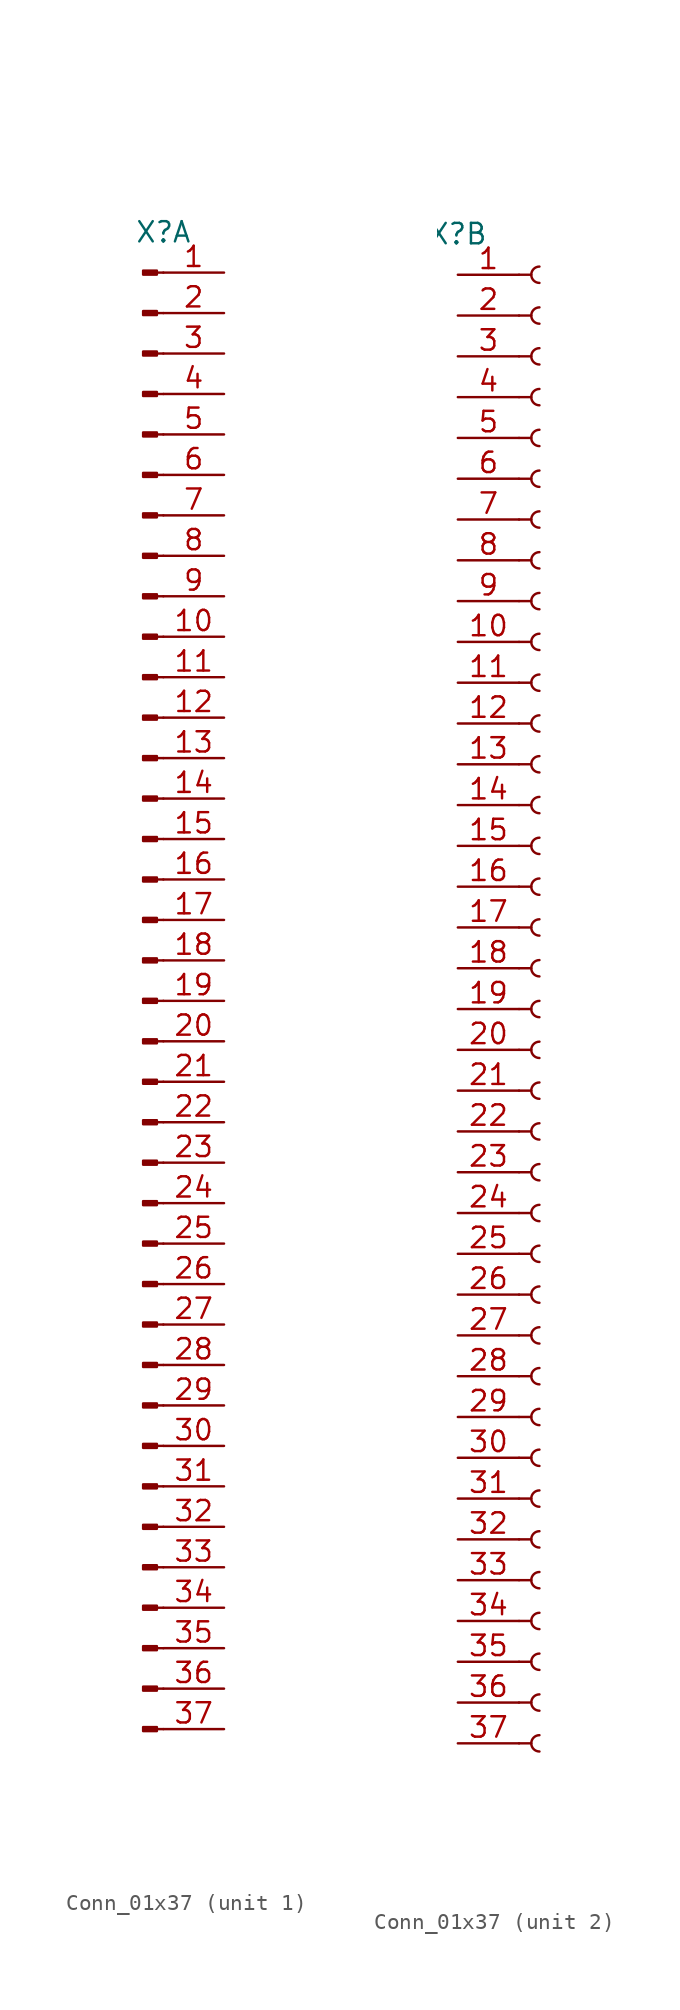
<source format=kicad_sym>
(kicad_symbol_lib
  (version 20241209)
  (generator "kicad_symbol_editor")
  (generator_version "9.0")
  (symbol "Conn_01x37"
    (pin_names
      (offset 1.016)
      (hide yes))
    (property "Reference" "X"
      (at 0 48.26 0)
      (effects (font (size 1.27 1.27))))
    (property "ki_locked" ""
      (at 0 0 0)
      (effects (font (size 1.27 1.27))))
    (symbol "Conn_01x37_1_1"
      (rectangle (start -0.406 45.847) (end -1.27 45.593) (stroke (width 0.152) (type default)) (fill (type outline)))
      (rectangle (start -0.406 43.307) (end -1.27 43.053) (stroke (width 0.152) (type default)) (fill (type outline)))
      (rectangle (start -0.406 40.767) (end -1.27 40.513) (stroke (width 0.152) (type default)) (fill (type outline)))
      (rectangle (start -0.406 38.227) (end -1.27 37.973) (stroke (width 0.152) (type default)) (fill (type outline)))
      (rectangle (start -0.406 35.687) (end -1.27 35.433) (stroke (width 0.152) (type default)) (fill (type outline)))
      (rectangle (start -0.406 33.147) (end -1.27 32.893) (stroke (width 0.152) (type default)) (fill (type outline)))
      (rectangle (start -0.406 30.607) (end -1.27 30.353) (stroke (width 0.152) (type default)) (fill (type outline)))
      (rectangle (start -0.406 28.067) (end -1.27 27.813) (stroke (width 0.152) (type default)) (fill (type outline)))
      (rectangle (start -0.406 25.527) (end -1.27 25.273) (stroke (width 0.152) (type default)) (fill (type outline)))
      (rectangle (start -0.406 22.987) (end -1.27 22.733) (stroke (width 0.152) (type default)) (fill (type outline)))
      (rectangle (start -0.406 20.447) (end -1.27 20.193) (stroke (width 0.152) (type default)) (fill (type outline)))
      (rectangle (start -0.406 17.907) (end -1.27 17.653) (stroke (width 0.152) (type default)) (fill (type outline)))
      (rectangle (start -0.406 15.367) (end -1.27 15.113) (stroke (width 0.152) (type default)) (fill (type outline)))
      (rectangle (start -0.406 12.827) (end -1.27 12.573) (stroke (width 0.152) (type default)) (fill (type outline)))
      (rectangle (start -0.406 10.287) (end -1.27 10.033) (stroke (width 0.152) (type default)) (fill (type outline)))
      (rectangle (start -0.406 7.747) (end -1.27 7.493) (stroke (width 0.152) (type default)) (fill (type outline)))
      (rectangle (start -0.406 5.207) (end -1.27 4.953) (stroke (width 0.152) (type default)) (fill (type outline)))
      (rectangle (start -0.406 2.667) (end -1.27 2.413) (stroke (width 0.152) (type default)) (fill (type outline)))
      (rectangle (start -0.406 0.127) (end -1.27 -0.127) (stroke (width 0.152) (type default)) (fill (type outline)))
      (rectangle (start -0.406 -2.413) (end -1.27 -2.667) (stroke (width 0.152) (type default)) (fill (type outline)))
      (rectangle (start -0.406 -4.953) (end -1.27 -5.207) (stroke (width 0.152) (type default)) (fill (type outline)))
      (rectangle (start -0.406 -7.493) (end -1.27 -7.747) (stroke (width 0.152) (type default)) (fill (type outline)))
      (rectangle (start -0.406 -10.033) (end -1.27 -10.287) (stroke (width 0.152) (type default)) (fill (type outline)))
      (rectangle (start -0.406 -12.573) (end -1.27 -12.827) (stroke (width 0.152) (type default)) (fill (type outline)))
      (rectangle (start -0.406 -15.113) (end -1.27 -15.367) (stroke (width 0.152) (type default)) (fill (type outline)))
      (rectangle (start -0.406 -17.653) (end -1.27 -17.907) (stroke (width 0.152) (type default)) (fill (type outline)))
      (rectangle (start -0.406 -20.193) (end -1.27 -20.447) (stroke (width 0.152) (type default)) (fill (type outline)))
      (rectangle (start -0.406 -22.733) (end -1.27 -22.987) (stroke (width 0.152) (type default)) (fill (type outline)))
      (rectangle (start -0.406 -25.273) (end -1.27 -25.527) (stroke (width 0.152) (type default)) (fill (type outline)))
      (rectangle (start -0.406 -27.813) (end -1.27 -28.067) (stroke (width 0.152) (type default)) (fill (type outline)))
      (rectangle (start -0.406 -30.353) (end -1.27 -30.607) (stroke (width 0.152) (type default)) (fill (type outline)))
      (rectangle (start -0.406 -32.893) (end -1.27 -33.147) (stroke (width 0.152) (type default)) (fill (type outline)))
      (rectangle (start -0.406 -35.433) (end -1.27 -35.687) (stroke (width 0.152) (type default)) (fill (type outline)))
      (rectangle (start -0.406 -37.973) (end -1.27 -38.227) (stroke (width 0.152) (type default)) (fill (type outline)))
      (rectangle (start -0.406 -40.513) (end -1.27 -40.767) (stroke (width 0.152) (type default)) (fill (type outline)))
      (rectangle (start -0.406 -43.053) (end -1.27 -43.307) (stroke (width 0.152) (type default)) (fill (type outline)))
      (rectangle (start -0.406 -45.593) (end -1.27 -45.847) (stroke (width 0.152) (type default)) (fill (type outline)))
      (polyline (pts (xy 0 45.72) (xy -0.406 45.72)) (stroke (width 0.152) (type default)) (fill (type none)))
      (polyline (pts (xy 0 43.18) (xy -0.406 43.18)) (stroke (width 0.152) (type default)) (fill (type none)))
      (polyline (pts (xy 0 40.64) (xy -0.406 40.64)) (stroke (width 0.152) (type default)) (fill (type none)))
      (polyline (pts (xy 0 38.1) (xy -0.406 38.1)) (stroke (width 0.152) (type default)) (fill (type none)))
      (polyline (pts (xy 0 35.56) (xy -0.406 35.56)) (stroke (width 0.152) (type default)) (fill (type none)))
      (polyline (pts (xy 0 33.02) (xy -0.406 33.02)) (stroke (width 0.152) (type default)) (fill (type none)))
      (polyline (pts (xy 0 30.48) (xy -0.406 30.48)) (stroke (width 0.152) (type default)) (fill (type none)))
      (polyline (pts (xy 0 27.94) (xy -0.406 27.94)) (stroke (width 0.152) (type default)) (fill (type none)))
      (polyline (pts (xy 0 25.4) (xy -0.406 25.4)) (stroke (width 0.152) (type default)) (fill (type none)))
      (polyline (pts (xy 0 22.86) (xy -0.406 22.86)) (stroke (width 0.152) (type default)) (fill (type none)))
      (polyline (pts (xy 0 20.32) (xy -0.406 20.32)) (stroke (width 0.152) (type default)) (fill (type none)))
      (polyline (pts (xy 0 17.78) (xy -0.406 17.78)) (stroke (width 0.152) (type default)) (fill (type none)))
      (polyline (pts (xy 0 15.24) (xy -0.406 15.24)) (stroke (width 0.152) (type default)) (fill (type none)))
      (polyline (pts (xy 0 12.7) (xy -0.406 12.7)) (stroke (width 0.152) (type default)) (fill (type none)))
      (polyline (pts (xy 0 10.16) (xy -0.406 10.16)) (stroke (width 0.152) (type default)) (fill (type none)))
      (polyline (pts (xy 0 7.62) (xy -0.406 7.62)) (stroke (width 0.152) (type default)) (fill (type none)))
      (polyline (pts (xy 0 5.08) (xy -0.406 5.08)) (stroke (width 0.152) (type default)) (fill (type none)))
      (polyline (pts (xy 0 2.54) (xy -0.406 2.54)) (stroke (width 0.152) (type default)) (fill (type none)))
      (polyline (pts (xy 0 0) (xy -0.406 0)) (stroke (width 0.152) (type default)) (fill (type none)))
      (polyline (pts (xy 0 -2.54) (xy -0.406 -2.54)) (stroke (width 0.152) (type default)) (fill (type none)))
      (polyline (pts (xy 0 -5.08) (xy -0.406 -5.08)) (stroke (width 0.152) (type default)) (fill (type none)))
      (polyline (pts (xy 0 -7.62) (xy -0.406 -7.62)) (stroke (width 0.152) (type default)) (fill (type none)))
      (polyline (pts (xy 0 -10.16) (xy -0.406 -10.16)) (stroke (width 0.152) (type default)) (fill (type none)))
      (polyline (pts (xy 0 -12.7) (xy -0.406 -12.7)) (stroke (width 0.152) (type default)) (fill (type none)))
      (polyline (pts (xy 0 -15.24) (xy -0.406 -15.24)) (stroke (width 0.152) (type default)) (fill (type none)))
      (polyline (pts (xy 0 -17.78) (xy -0.406 -17.78)) (stroke (width 0.152) (type default)) (fill (type none)))
      (polyline (pts (xy 0 -20.32) (xy -0.406 -20.32)) (stroke (width 0.152) (type default)) (fill (type none)))
      (polyline (pts (xy 0 -22.86) (xy -0.406 -22.86)) (stroke (width 0.152) (type default)) (fill (type none)))
      (polyline (pts (xy 0 -25.4) (xy -0.406 -25.4)) (stroke (width 0.152) (type default)) (fill (type none)))
      (polyline (pts (xy 0 -27.94) (xy -0.406 -27.94)) (stroke (width 0.152) (type default)) (fill (type none)))
      (polyline (pts (xy 0 -30.48) (xy -0.406 -30.48)) (stroke (width 0.152) (type default)) (fill (type none)))
      (polyline (pts (xy 0 -33.02) (xy -0.406 -33.02)) (stroke (width 0.152) (type default)) (fill (type none)))
      (polyline (pts (xy 0 -35.56) (xy -0.406 -35.56)) (stroke (width 0.152) (type default)) (fill (type none)))
      (polyline (pts (xy 0 -38.1) (xy -0.406 -38.1)) (stroke (width 0.152) (type default)) (fill (type none)))
      (polyline (pts (xy 0 -40.64) (xy -0.406 -40.64)) (stroke (width 0.152) (type default)) (fill (type none)))
      (polyline (pts (xy 0 -43.18) (xy -0.406 -43.18)) (stroke (width 0.152) (type default)) (fill (type none)))
      (polyline (pts (xy 0 -45.72) (xy -0.406 -45.72)) (stroke (width 0.152) (type default)) (fill (type none)))
      (pin passive line (at 3.81 45.72 180) (length 3.81) (name "Pin_1" (effects (font (size 1.27 1.27)))) (number "1" (effects (font (size 1.27 1.27)))))
      (pin passive line (at 3.81 43.18 180) (length 3.81) (name "Pin_2" (effects (font (size 1.27 1.27)))) (number "2" (effects (font (size 1.27 1.27)))))
      (pin passive line (at 3.81 40.64 180) (length 3.81) (name "Pin_3" (effects (font (size 1.27 1.27)))) (number "3" (effects (font (size 1.27 1.27)))))
      (pin passive line (at 3.81 38.1 180) (length 3.81) (name "Pin_4" (effects (font (size 1.27 1.27)))) (number "4" (effects (font (size 1.27 1.27)))))
      (pin passive line (at 3.81 35.56 180) (length 3.81) (name "Pin_5" (effects (font (size 1.27 1.27)))) (number "5" (effects (font (size 1.27 1.27)))))
      (pin passive line (at 3.81 33.02 180) (length 3.81) (name "Pin_6" (effects (font (size 1.27 1.27)))) (number "6" (effects (font (size 1.27 1.27)))))
      (pin passive line (at 3.81 30.48 180) (length 3.81) (name "Pin_7" (effects (font (size 1.27 1.27)))) (number "7" (effects (font (size 1.27 1.27)))))
      (pin passive line (at 3.81 27.94 180) (length 3.81) (name "Pin_8" (effects (font (size 1.27 1.27)))) (number "8" (effects (font (size 1.27 1.27)))))
      (pin passive line (at 3.81 25.4 180) (length 3.81) (name "Pin_9" (effects (font (size 1.27 1.27)))) (number "9" (effects (font (size 1.27 1.27)))))
      (pin passive line (at 3.81 22.86 180) (length 3.81) (name "Pin_10" (effects (font (size 1.27 1.27)))) (number "10" (effects (font (size 1.27 1.27)))))
      (pin passive line (at 3.81 20.32 180) (length 3.81) (name "Pin_11" (effects (font (size 1.27 1.27)))) (number "11" (effects (font (size 1.27 1.27)))))
      (pin passive line (at 3.81 17.78 180) (length 3.81) (name "Pin_12" (effects (font (size 1.27 1.27)))) (number "12" (effects (font (size 1.27 1.27)))))
      (pin passive line (at 3.81 15.24 180) (length 3.81) (name "Pin_13" (effects (font (size 1.27 1.27)))) (number "13" (effects (font (size 1.27 1.27)))))
      (pin passive line (at 3.81 12.7 180) (length 3.81) (name "Pin_14" (effects (font (size 1.27 1.27)))) (number "14" (effects (font (size 1.27 1.27)))))
      (pin passive line (at 3.81 10.16 180) (length 3.81) (name "Pin_15" (effects (font (size 1.27 1.27)))) (number "15" (effects (font (size 1.27 1.27)))))
      (pin passive line (at 3.81 7.62 180) (length 3.81) (name "Pin_16" (effects (font (size 1.27 1.27)))) (number "16" (effects (font (size 1.27 1.27)))))
      (pin passive line (at 3.81 5.08 180) (length 3.81) (name "Pin_17" (effects (font (size 1.27 1.27)))) (number "17" (effects (font (size 1.27 1.27)))))
      (pin passive line (at 3.81 2.54 180) (length 3.81) (name "Pin_18" (effects (font (size 1.27 1.27)))) (number "18" (effects (font (size 1.27 1.27)))))
      (pin passive line (at 3.81 0 180) (length 3.81) (name "Pin_19" (effects (font (size 1.27 1.27)))) (number "19" (effects (font (size 1.27 1.27)))))
      (pin passive line (at 3.81 -2.54 180) (length 3.81) (name "Pin_20" (effects (font (size 1.27 1.27)))) (number "20" (effects (font (size 1.27 1.27)))))
      (pin passive line (at 3.81 -5.08 180) (length 3.81) (name "Pin_21" (effects (font (size 1.27 1.27)))) (number "21" (effects (font (size 1.27 1.27)))))
      (pin passive line (at 3.81 -7.62 180) (length 3.81) (name "Pin_22" (effects (font (size 1.27 1.27)))) (number "22" (effects (font (size 1.27 1.27)))))
      (pin passive line (at 3.81 -10.16 180) (length 3.81) (name "Pin_23" (effects (font (size 1.27 1.27)))) (number "23" (effects (font (size 1.27 1.27)))))
      (pin passive line (at 3.81 -12.7 180) (length 3.81) (name "Pin_24" (effects (font (size 1.27 1.27)))) (number "24" (effects (font (size 1.27 1.27)))))
      (pin passive line (at 3.81 -15.24 180) (length 3.81) (name "Pin_25" (effects (font (size 1.27 1.27)))) (number "25" (effects (font (size 1.27 1.27)))))
      (pin passive line (at 3.81 -17.78 180) (length 3.81) (name "Pin_26" (effects (font (size 1.27 1.27)))) (number "26" (effects (font (size 1.27 1.27)))))
      (pin passive line (at 3.81 -20.32 180) (length 3.81) (name "Pin_27" (effects (font (size 1.27 1.27)))) (number "27" (effects (font (size 1.27 1.27)))))
      (pin passive line (at 3.81 -22.86 180) (length 3.81) (name "Pin_28" (effects (font (size 1.27 1.27)))) (number "28" (effects (font (size 1.27 1.27)))))
      (pin passive line (at 3.81 -25.4 180) (length 3.81) (name "Pin_29" (effects (font (size 1.27 1.27)))) (number "29" (effects (font (size 1.27 1.27)))))
      (pin passive line (at 3.81 -27.94 180) (length 3.81) (name "Pin_30" (effects (font (size 1.27 1.27)))) (number "30" (effects (font (size 1.27 1.27)))))
      (pin passive line (at 3.81 -30.48 180) (length 3.81) (name "Pin_31" (effects (font (size 1.27 1.27)))) (number "31" (effects (font (size 1.27 1.27)))))
      (pin passive line (at 3.81 -33.02 180) (length 3.81) (name "Pin_32" (effects (font (size 1.27 1.27)))) (number "32" (effects (font (size 1.27 1.27)))))
      (pin passive line (at 3.81 -35.56 180) (length 3.81) (name "Pin_33" (effects (font (size 1.27 1.27)))) (number "33" (effects (font (size 1.27 1.27)))))
      (pin passive line (at 3.81 -38.1 180) (length 3.81) (name "Pin_34" (effects (font (size 1.27 1.27)))) (number "34" (effects (font (size 1.27 1.27)))))
      (pin passive line (at 3.81 -40.64 180) (length 3.81) (name "Pin_35" (effects (font (size 1.27 1.27)))) (number "35" (effects (font (size 1.27 1.27)))))
      (pin passive line (at 3.81 -43.18 180) (length 3.81) (name "Pin_36" (effects (font (size 1.27 1.27)))) (number "36" (effects (font (size 1.27 1.27)))))
      (pin passive line (at 3.81 -45.72 180) (length 3.81) (name "Pin_37" (effects (font (size 1.27 1.27)))) (number "37" (effects (font (size 1.27 1.27))))))
    (symbol "Conn_01x37_2_1"
      (polyline (pts (xy 3.81 45.72) (xy 4.572 45.72)) (stroke (width 0.152) (type default)) (fill (type none)))
      (polyline (pts (xy 3.81 43.18) (xy 4.572 43.18)) (stroke (width 0.152) (type default)) (fill (type none)))
      (polyline (pts (xy 3.81 40.64) (xy 4.572 40.64)) (stroke (width 0.152) (type default)) (fill (type none)))
      (polyline (pts (xy 3.81 38.1) (xy 4.572 38.1)) (stroke (width 0.152) (type default)) (fill (type none)))
      (polyline (pts (xy 3.81 35.56) (xy 4.572 35.56)) (stroke (width 0.152) (type default)) (fill (type none)))
      (polyline (pts (xy 3.81 33.02) (xy 4.572 33.02)) (stroke (width 0.152) (type default)) (fill (type none)))
      (polyline (pts (xy 3.81 30.48) (xy 4.572 30.48)) (stroke (width 0.152) (type default)) (fill (type none)))
      (polyline (pts (xy 3.81 27.94) (xy 4.572 27.94)) (stroke (width 0.152) (type default)) (fill (type none)))
      (polyline (pts (xy 3.81 25.4) (xy 4.572 25.4)) (stroke (width 0.152) (type default)) (fill (type none)))
      (polyline (pts (xy 3.81 22.86) (xy 4.572 22.86)) (stroke (width 0.152) (type default)) (fill (type none)))
      (polyline (pts (xy 3.81 20.32) (xy 4.572 20.32)) (stroke (width 0.152) (type default)) (fill (type none)))
      (polyline (pts (xy 3.81 17.78) (xy 4.572 17.78)) (stroke (width 0.152) (type default)) (fill (type none)))
      (polyline (pts (xy 3.81 15.24) (xy 4.572 15.24)) (stroke (width 0.152) (type default)) (fill (type none)))
      (polyline (pts (xy 3.81 12.7) (xy 4.572 12.7)) (stroke (width 0.152) (type default)) (fill (type none)))
      (polyline (pts (xy 3.81 10.16) (xy 4.572 10.16)) (stroke (width 0.152) (type default)) (fill (type none)))
      (polyline (pts (xy 3.81 7.62) (xy 4.572 7.62)) (stroke (width 0.152) (type default)) (fill (type none)))
      (polyline (pts (xy 3.81 5.08) (xy 4.572 5.08)) (stroke (width 0.152) (type default)) (fill (type none)))
      (polyline (pts (xy 3.81 2.54) (xy 4.572 2.54)) (stroke (width 0.152) (type default)) (fill (type none)))
      (polyline (pts (xy 3.81 0) (xy 4.572 0)) (stroke (width 0.152) (type default)) (fill (type none)))
      (polyline (pts (xy 3.81 -2.54) (xy 4.572 -2.54)) (stroke (width 0.152) (type default)) (fill (type none)))
      (polyline (pts (xy 3.81 -5.08) (xy 4.572 -5.08)) (stroke (width 0.152) (type default)) (fill (type none)))
      (polyline (pts (xy 3.81 -7.62) (xy 4.572 -7.62)) (stroke (width 0.152) (type default)) (fill (type none)))
      (polyline (pts (xy 3.81 -10.16) (xy 4.572 -10.16)) (stroke (width 0.152) (type default)) (fill (type none)))
      (polyline (pts (xy 3.81 -12.7) (xy 4.572 -12.7)) (stroke (width 0.152) (type default)) (fill (type none)))
      (polyline (pts (xy 3.81 -15.24) (xy 4.572 -15.24)) (stroke (width 0.152) (type default)) (fill (type none)))
      (polyline (pts (xy 3.81 -17.78) (xy 4.572 -17.78)) (stroke (width 0.152) (type default)) (fill (type none)))
      (polyline (pts (xy 3.81 -20.32) (xy 4.572 -20.32)) (stroke (width 0.152) (type default)) (fill (type none)))
      (polyline (pts (xy 3.81 -22.86) (xy 4.572 -22.86)) (stroke (width 0.152) (type default)) (fill (type none)))
      (polyline (pts (xy 3.81 -25.4) (xy 4.572 -25.4)) (stroke (width 0.152) (type default)) (fill (type none)))
      (polyline (pts (xy 3.81 -27.94) (xy 4.572 -27.94)) (stroke (width 0.152) (type default)) (fill (type none)))
      (polyline (pts (xy 3.81 -30.48) (xy 4.572 -30.48)) (stroke (width 0.152) (type default)) (fill (type none)))
      (polyline (pts (xy 3.81 -33.02) (xy 4.572 -33.02)) (stroke (width 0.152) (type default)) (fill (type none)))
      (polyline (pts (xy 3.81 -35.56) (xy 4.572 -35.56)) (stroke (width 0.152) (type default)) (fill (type none)))
      (polyline (pts (xy 3.81 -38.1) (xy 4.572 -38.1)) (stroke (width 0.152) (type default)) (fill (type none)))
      (polyline (pts (xy 3.81 -40.64) (xy 4.572 -40.64)) (stroke (width 0.152) (type default)) (fill (type none)))
      (polyline (pts (xy 3.81 -43.18) (xy 4.572 -43.18)) (stroke (width 0.152) (type default)) (fill (type none)))
      (polyline (pts (xy 3.81 -45.72) (xy 4.572 -45.72)) (stroke (width 0.152) (type default)) (fill (type none)))
      (arc (start 5.08 45.212) (mid 4.5742 45.72) (end 5.08 46.228) (stroke (width 0.1524) (type default)) (fill (type none)))
      (arc (start 5.08 42.672) (mid 4.5742 43.18) (end 5.08 43.688) (stroke (width 0.1524) (type default)) (fill (type none)))
      (arc (start 5.08 40.132) (mid 4.5742 40.64) (end 5.08 41.148) (stroke (width 0.1524) (type default)) (fill (type none)))
      (arc (start 5.08 37.592) (mid 4.5742 38.1) (end 5.08 38.608) (stroke (width 0.1524) (type default)) (fill (type none)))
      (arc (start 5.08 35.052) (mid 4.5742 35.56) (end 5.08 36.068) (stroke (width 0.1524) (type default)) (fill (type none)))
      (arc (start 5.08 32.512) (mid 4.5742 33.02) (end 5.08 33.528) (stroke (width 0.1524) (type default)) (fill (type none)))
      (arc (start 5.08 29.972) (mid 4.5742 30.48) (end 5.08 30.988) (stroke (width 0.1524) (type default)) (fill (type none)))
      (arc (start 5.08 27.432) (mid 4.5742 27.94) (end 5.08 28.448) (stroke (width 0.1524) (type default)) (fill (type none)))
      (arc (start 5.08 24.892) (mid 4.5742 25.4) (end 5.08 25.908) (stroke (width 0.1524) (type default)) (fill (type none)))
      (arc (start 5.08 22.352) (mid 4.5742 22.86) (end 5.08 23.368) (stroke (width 0.1524) (type default)) (fill (type none)))
      (arc (start 5.08 19.812) (mid 4.5742 20.32) (end 5.08 20.828) (stroke (width 0.1524) (type default)) (fill (type none)))
      (arc (start 5.08 17.272) (mid 4.5742 17.78) (end 5.08 18.288) (stroke (width 0.1524) (type default)) (fill (type none)))
      (arc (start 5.08 14.732) (mid 4.5742 15.24) (end 5.08 15.748) (stroke (width 0.1524) (type default)) (fill (type none)))
      (arc (start 5.08 12.192) (mid 4.5742 12.7) (end 5.08 13.208) (stroke (width 0.1524) (type default)) (fill (type none)))
      (arc (start 5.08 9.652) (mid 4.5742 10.16) (end 5.08 10.668) (stroke (width 0.1524) (type default)) (fill (type none)))
      (arc (start 5.08 7.112) (mid 4.5742 7.62) (end 5.08 8.128) (stroke (width 0.1524) (type default)) (fill (type none)))
      (arc (start 5.08 4.572) (mid 4.5742 5.08) (end 5.08 5.588) (stroke (width 0.1524) (type default)) (fill (type none)))
      (arc (start 5.08 2.032) (mid 4.5742 2.54) (end 5.08 3.048) (stroke (width 0.1524) (type default)) (fill (type none)))
      (arc (start 5.08 -0.508) (mid 4.5742 0) (end 5.08 0.508) (stroke (width 0.1524) (type default)) (fill (type none)))
      (arc (start 5.08 -3.048) (mid 4.5742 -2.54) (end 5.08 -2.032) (stroke (width 0.1524) (type default)) (fill (type none)))
      (arc (start 5.08 -5.588) (mid 4.5742 -5.08) (end 5.08 -4.572) (stroke (width 0.1524) (type default)) (fill (type none)))
      (arc (start 5.08 -8.128) (mid 4.5742 -7.62) (end 5.08 -7.112) (stroke (width 0.1524) (type default)) (fill (type none)))
      (arc (start 5.08 -10.668) (mid 4.5742 -10.16) (end 5.08 -9.652) (stroke (width 0.1524) (type default)) (fill (type none)))
      (arc (start 5.08 -13.208) (mid 4.5742 -12.7) (end 5.08 -12.192) (stroke (width 0.1524) (type default)) (fill (type none)))
      (arc (start 5.08 -15.748) (mid 4.5742 -15.24) (end 5.08 -14.732) (stroke (width 0.1524) (type default)) (fill (type none)))
      (arc (start 5.08 -18.288) (mid 4.5742 -17.78) (end 5.08 -17.272) (stroke (width 0.1524) (type default)) (fill (type none)))
      (arc (start 5.08 -20.828) (mid 4.5742 -20.32) (end 5.08 -19.812) (stroke (width 0.1524) (type default)) (fill (type none)))
      (arc (start 5.08 -23.368) (mid 4.5742 -22.86) (end 5.08 -22.352) (stroke (width 0.1524) (type default)) (fill (type none)))
      (arc (start 5.08 -25.908) (mid 4.5742 -25.4) (end 5.08 -24.892) (stroke (width 0.1524) (type default)) (fill (type none)))
      (arc (start 5.08 -28.448) (mid 4.5742 -27.94) (end 5.08 -27.432) (stroke (width 0.1524) (type default)) (fill (type none)))
      (arc (start 5.08 -30.988) (mid 4.5742 -30.48) (end 5.08 -29.972) (stroke (width 0.1524) (type default)) (fill (type none)))
      (arc (start 5.08 -33.528) (mid 4.5742 -33.02) (end 5.08 -32.512) (stroke (width 0.1524) (type default)) (fill (type none)))
      (arc (start 5.08 -36.068) (mid 4.5742 -35.56) (end 5.08 -35.052) (stroke (width 0.1524) (type default)) (fill (type none)))
      (arc (start 5.08 -38.608) (mid 4.5742 -38.1) (end 5.08 -37.592) (stroke (width 0.1524) (type default)) (fill (type none)))
      (arc (start 5.08 -41.148) (mid 4.5742 -40.64) (end 5.08 -40.132) (stroke (width 0.1524) (type default)) (fill (type none)))
      (arc (start 5.08 -43.688) (mid 4.5742 -43.18) (end 5.08 -42.672) (stroke (width 0.1524) (type default)) (fill (type none)))
      (arc (start 5.08 -46.228) (mid 4.5742 -45.72) (end 5.08 -45.212) (stroke (width 0.1524) (type default)) (fill (type none)))
      (pin passive line (at 0 45.72 0) (length 3.81) (name "Pin_1" (effects (font (size 1.27 1.27)))) (number "1" (effects (font (size 1.27 1.27)))))
      (pin passive line (at 0 43.18 0) (length 3.81) (name "Pin_2" (effects (font (size 1.27 1.27)))) (number "2" (effects (font (size 1.27 1.27)))))
      (pin passive line (at 0 40.64 0) (length 3.81) (name "Pin_3" (effects (font (size 1.27 1.27)))) (number "3" (effects (font (size 1.27 1.27)))))
      (pin passive line (at 0 38.1 0) (length 3.81) (name "Pin_4" (effects (font (size 1.27 1.27)))) (number "4" (effects (font (size 1.27 1.27)))))
      (pin passive line (at 0 35.56 0) (length 3.81) (name "Pin_5" (effects (font (size 1.27 1.27)))) (number "5" (effects (font (size 1.27 1.27)))))
      (pin passive line (at 0 33.02 0) (length 3.81) (name "Pin_6" (effects (font (size 1.27 1.27)))) (number "6" (effects (font (size 1.27 1.27)))))
      (pin passive line (at 0 30.48 0) (length 3.81) (name "Pin_7" (effects (font (size 1.27 1.27)))) (number "7" (effects (font (size 1.27 1.27)))))
      (pin passive line (at 0 27.94 0) (length 3.81) (name "Pin_8" (effects (font (size 1.27 1.27)))) (number "8" (effects (font (size 1.27 1.27)))))
      (pin passive line (at 0 25.4 0) (length 3.81) (name "Pin_9" (effects (font (size 1.27 1.27)))) (number "9" (effects (font (size 1.27 1.27)))))
      (pin passive line (at 0 22.86 0) (length 3.81) (name "Pin_10" (effects (font (size 1.27 1.27)))) (number "10" (effects (font (size 1.27 1.27)))))
      (pin passive line (at 0 20.32 0) (length 3.81) (name "Pin_11" (effects (font (size 1.27 1.27)))) (number "11" (effects (font (size 1.27 1.27)))))
      (pin passive line (at 0 17.78 0) (length 3.81) (name "Pin_12" (effects (font (size 1.27 1.27)))) (number "12" (effects (font (size 1.27 1.27)))))
      (pin passive line (at 0 15.24 0) (length 3.81) (name "Pin_13" (effects (font (size 1.27 1.27)))) (number "13" (effects (font (size 1.27 1.27)))))
      (pin passive line (at 0 12.7 0) (length 3.81) (name "Pin_14" (effects (font (size 1.27 1.27)))) (number "14" (effects (font (size 1.27 1.27)))))
      (pin passive line (at 0 10.16 0) (length 3.81) (name "Pin_15" (effects (font (size 1.27 1.27)))) (number "15" (effects (font (size 1.27 1.27)))))
      (pin passive line (at 0 7.62 0) (length 3.81) (name "Pin_16" (effects (font (size 1.27 1.27)))) (number "16" (effects (font (size 1.27 1.27)))))
      (pin passive line (at 0 5.08 0) (length 3.81) (name "Pin_17" (effects (font (size 1.27 1.27)))) (number "17" (effects (font (size 1.27 1.27)))))
      (pin passive line (at 0 2.54 0) (length 3.81) (name "Pin_18" (effects (font (size 1.27 1.27)))) (number "18" (effects (font (size 1.27 1.27)))))
      (pin passive line (at 0 0 0) (length 3.81) (name "Pin_19" (effects (font (size 1.27 1.27)))) (number "19" (effects (font (size 1.27 1.27)))))
      (pin passive line (at 0 -2.54 0) (length 3.81) (name "Pin_20" (effects (font (size 1.27 1.27)))) (number "20" (effects (font (size 1.27 1.27)))))
      (pin passive line (at 0 -5.08 0) (length 3.81) (name "Pin_21" (effects (font (size 1.27 1.27)))) (number "21" (effects (font (size 1.27 1.27)))))
      (pin passive line (at 0 -7.62 0) (length 3.81) (name "Pin_22" (effects (font (size 1.27 1.27)))) (number "22" (effects (font (size 1.27 1.27)))))
      (pin passive line (at 0 -10.16 0) (length 3.81) (name "Pin_23" (effects (font (size 1.27 1.27)))) (number "23" (effects (font (size 1.27 1.27)))))
      (pin passive line (at 0 -12.7 0) (length 3.81) (name "Pin_24" (effects (font (size 1.27 1.27)))) (number "24" (effects (font (size 1.27 1.27)))))
      (pin passive line (at 0 -15.24 0) (length 3.81) (name "Pin_25" (effects (font (size 1.27 1.27)))) (number "25" (effects (font (size 1.27 1.27)))))
      (pin passive line (at 0 -17.78 0) (length 3.81) (name "Pin_26" (effects (font (size 1.27 1.27)))) (number "26" (effects (font (size 1.27 1.27)))))
      (pin passive line (at 0 -20.32 0) (length 3.81) (name "Pin_27" (effects (font (size 1.27 1.27)))) (number "27" (effects (font (size 1.27 1.27)))))
      (pin passive line (at 0 -22.86 0) (length 3.81) (name "Pin_28" (effects (font (size 1.27 1.27)))) (number "28" (effects (font (size 1.27 1.27)))))
      (pin passive line (at 0 -25.4 0) (length 3.81) (name "Pin_29" (effects (font (size 1.27 1.27)))) (number "29" (effects (font (size 1.27 1.27)))))
      (pin passive line (at 0 -27.94 0) (length 3.81) (name "Pin_30" (effects (font (size 1.27 1.27)))) (number "30" (effects (font (size 1.27 1.27)))))
      (pin passive line (at 0 -30.48 0) (length 3.81) (name "Pin_31" (effects (font (size 1.27 1.27)))) (number "31" (effects (font (size 1.27 1.27)))))
      (pin passive line (at 0 -33.02 0) (length 3.81) (name "Pin_32" (effects (font (size 1.27 1.27)))) (number "32" (effects (font (size 1.27 1.27)))))
      (pin passive line (at 0 -35.56 0) (length 3.81) (name "Pin_33" (effects (font (size 1.27 1.27)))) (number "33" (effects (font (size 1.27 1.27)))))
      (pin passive line (at 0 -38.1 0) (length 3.81) (name "Pin_34" (effects (font (size 1.27 1.27)))) (number "34" (effects (font (size 1.27 1.27)))))
      (pin passive line (at 0 -40.64 0) (length 3.81) (name "Pin_35" (effects (font (size 1.27 1.27)))) (number "35" (effects (font (size 1.27 1.27)))))
      (pin passive line (at 0 -43.18 0) (length 3.81) (name "Pin_36" (effects (font (size 1.27 1.27)))) (number "36" (effects (font (size 1.27 1.27)))))
      (pin passive line (at 0 -45.72 0) (length 3.81) (name "Pin_37" (effects (font (size 1.27 1.27)))) (number "37" (effects (font (size 1.27 1.27))))))))
</source>
